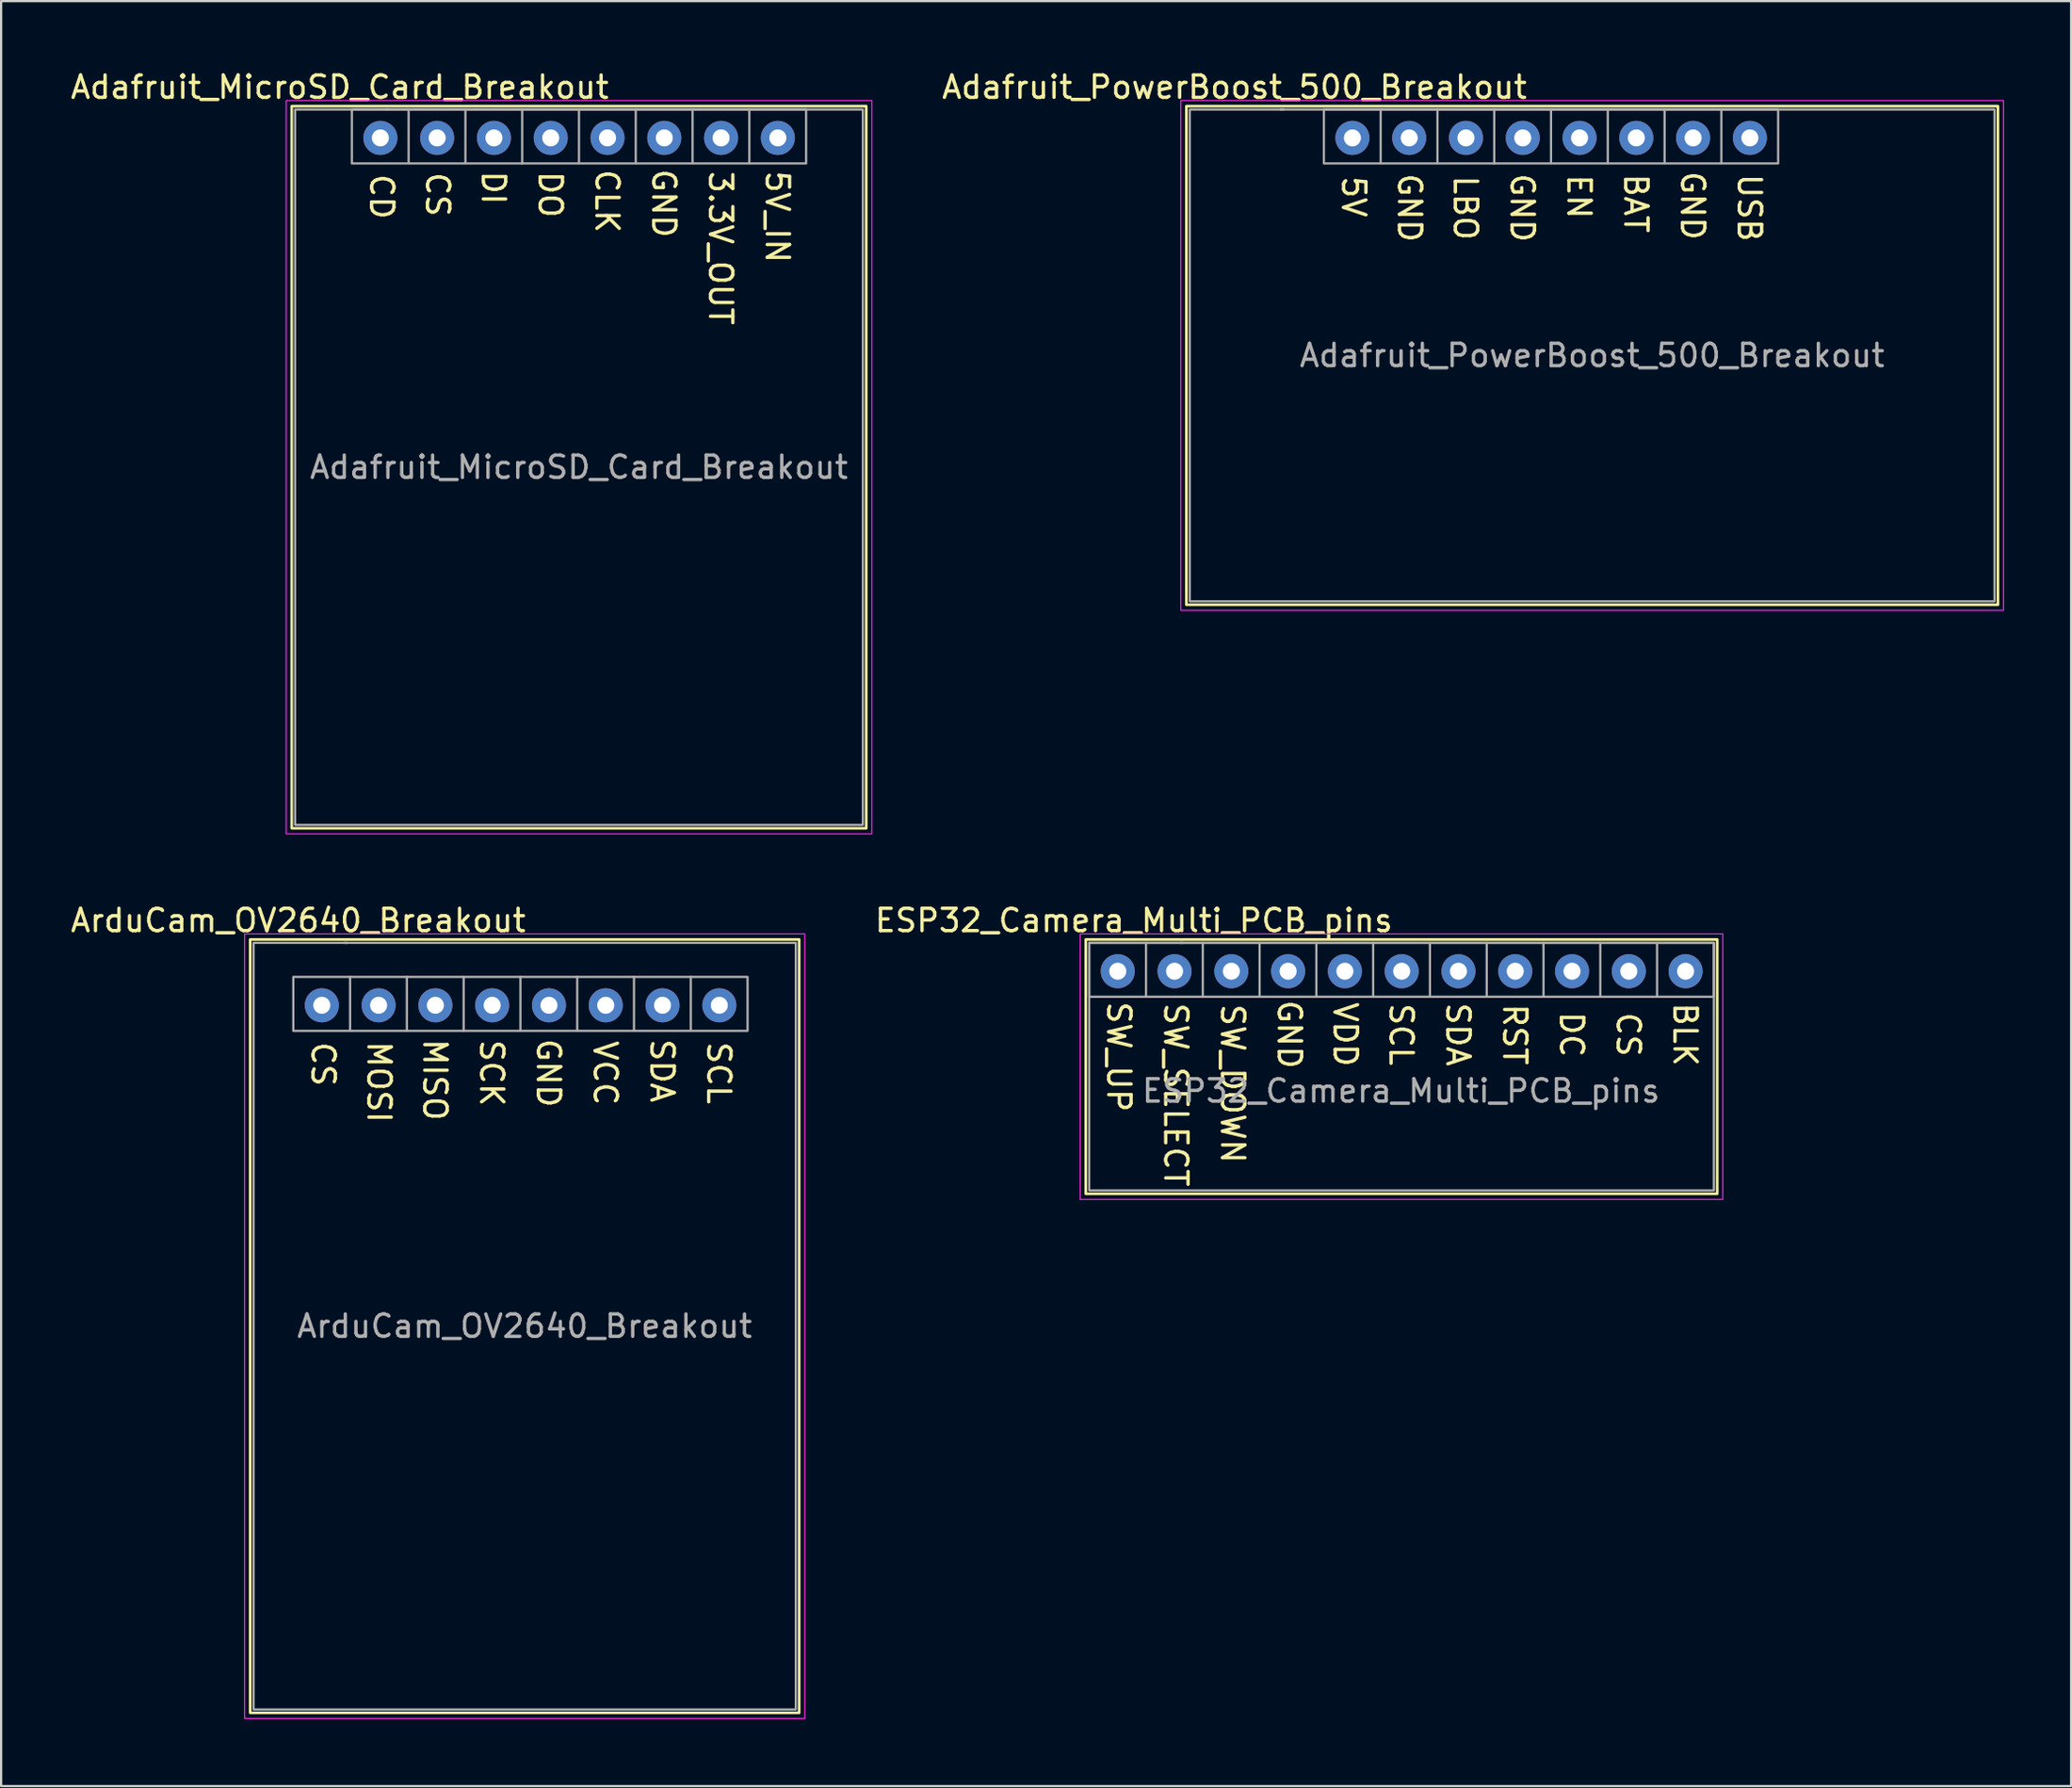
<source format=kicad_pcb>
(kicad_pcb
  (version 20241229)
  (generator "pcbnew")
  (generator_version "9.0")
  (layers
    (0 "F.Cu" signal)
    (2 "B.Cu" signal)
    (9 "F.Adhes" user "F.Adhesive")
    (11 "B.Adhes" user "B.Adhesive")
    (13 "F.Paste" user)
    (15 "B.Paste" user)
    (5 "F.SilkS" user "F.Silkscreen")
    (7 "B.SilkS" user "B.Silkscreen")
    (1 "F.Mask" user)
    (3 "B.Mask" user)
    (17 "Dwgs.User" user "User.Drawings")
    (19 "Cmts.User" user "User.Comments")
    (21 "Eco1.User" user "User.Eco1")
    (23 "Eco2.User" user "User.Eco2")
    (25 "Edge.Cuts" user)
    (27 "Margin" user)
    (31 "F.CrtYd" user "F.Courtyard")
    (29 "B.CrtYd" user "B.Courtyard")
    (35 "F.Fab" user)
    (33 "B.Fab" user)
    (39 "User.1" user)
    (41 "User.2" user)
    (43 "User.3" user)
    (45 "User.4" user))
  (footprint "Adafruit_MicroSD_Card_Breakout"
    (layer "F.Cu")
    (at 10.149 1.848)
    (property "Reference" "Adafruit_MicroSD_Card_Breakout" (at 2 -1 0) (unlocked yes) (layer "F.SilkS") (effects (font (size 1 1) (thickness 0.15))))
    (attr through_hole)
    (fp_rect (start -0.15 -0.15) (end 25.55 32.15) (stroke (width 0.12) (type solid)) (fill no) (layer "F.SilkS"))
    (fp_rect (start -0.4 -0.4) (end 25.8 32.4) (stroke (width 0.05) (type solid)) (fill no) (layer "F.CrtYd"))
    (fp_line (start 4.2 0) (end 4.064 0) (stroke (width 0.1) (type solid)) (layer "F.Fab"))
    (fp_line (start 5.08 0) (end 5.08 2.4) (stroke (width 0.1) (type solid)) (layer "F.Fab"))
    (fp_line (start 7.62 0) (end 7.62 2.4) (stroke (width 0.1) (type solid)) (layer "F.Fab"))
    (fp_line (start 10.16 0) (end 10.16 2.413) (stroke (width 0.1) (type solid)) (layer "F.Fab"))
    (fp_line (start 12.7 0) (end 12.7 2.4) (stroke (width 0.1) (type solid)) (layer "F.Fab"))
    (fp_line (start 15.24 0) (end 15.24 2.4) (stroke (width 0.1) (type solid)) (layer "F.Fab"))
    (fp_line (start 17.78 0) (end 17.78 2.4) (stroke (width 0.1) (type solid)) (layer "F.Fab"))
    (fp_line (start 20.32 0) (end 20.32 2.4) (stroke (width 0.1) (type solid)) (layer "F.Fab"))
    (fp_rect (start 0 0) (end 25.4 32) (stroke (width 0.1) (type solid)) (fill no) (layer "F.Fab"))
    (fp_rect (start 2.54 0) (end 22.86 2.413) (stroke (width 0.1) (type solid)) (fill no) (layer "F.Fab"))
    (fp_text user "3.3V_OUT" (at 19.036 6.2 270) (unlocked yes) (layer "F.SilkS") (effects (font (size 1 1) (thickness 0.15))))
    (fp_text user "CD" (at 3.876 3.9 270) (unlocked yes) (layer "F.SilkS") (effects (font (size 1 1) (thickness 0.15))))
    (fp_text user "CLK" (at 13.956 4.1 270) (unlocked yes) (layer "F.SilkS") (effects (font (size 1 1) (thickness 0.15))))
    (fp_text user "DI" (at 8.876 3.5 270) (unlocked yes) (layer "F.SilkS") (effects (font (size 1 1) (thickness 0.15))))
    (fp_text user "DO" (at 11.416 3.8 270) (unlocked yes) (layer "F.SilkS") (effects (font (size 1 1) (thickness 0.15))))
    (fp_text user "CS" (at 6.376 3.8 270) (unlocked yes) (layer "F.SilkS") (effects (font (size 1 1) (thickness 0.15))))
    (fp_text user "5V_IN" (at 21.576 4.8 270) (unlocked yes) (layer "F.SilkS") (effects (font (size 1 1) (thickness 0.15))))
    (fp_text user "GND" (at 16.496 4.2 270) (unlocked yes) (layer "F.SilkS") (effects (font (size 1 1) (thickness 0.15))))
    (fp_text user "${REFERENCE}" (at 12.7 16 0) (unlocked yes) (layer "F.Fab") (effects (font (size 1 1) (thickness 0.15))))
    (pad "1" thru_hole circle (at 3.816 1.27) (size 1.524 1.524) (drill 0.762) (layers "*.Cu" "*.Mask"))
    (pad "2" thru_hole circle (at 6.356 1.27) (size 1.524 1.524) (drill 0.762) (layers "*.Cu" "*.Mask"))
    (pad "3" thru_hole circle (at 8.896 1.27) (size 1.524 1.524) (drill 0.762) (layers "*.Cu" "*.Mask"))
    (pad "4" thru_hole circle (at 11.436 1.27) (size 1.524 1.524) (drill 0.762) (layers "*.Cu" "*.Mask"))
    (pad "5" thru_hole circle (at 13.976 1.27) (size 1.524 1.524) (drill 0.762) (layers "*.Cu" "*.Mask"))
    (pad "6" thru_hole circle (at 16.516 1.27) (size 1.524 1.524) (drill 0.762) (layers "*.Cu" "*.Mask"))
    (pad "7" thru_hole circle (at 19.056 1.27) (size 1.524 1.524) (drill 0.762) (layers "*.Cu" "*.Mask"))
    (pad "8" thru_hole circle (at 21.596 1.27) (size 1.524 1.524) (drill 0.762) (layers "*.Cu" "*.Mask")))
  (footprint "ESP32_Camera_Multi_PCB_pins"
    (layer "F.Cu")
    (at 45.67 39.121)
    (property "Reference" "ESP32_Camera_Multi_PCB_pins" (at 2 -1 0) (unlocked yes) (layer "F.SilkS") (effects (font (size 1 1) (thickness 0.15))))
    (attr through_hole)
    (fp_rect (start -0.15 -0.15) (end 28.094 11.225) (stroke (width 0.12) (type solid)) (fill no) (layer "F.SilkS"))
    (fp_rect (start -0.4 -0.4) (end 28.344 11.475) (stroke (width 0.05) (type solid)) (fill no) (layer "F.CrtYd"))
    (fp_line (start 2.544 0) (end 2.544 2.4) (stroke (width 0.1) (type solid)) (layer "F.Fab"))
    (fp_line (start 4.2 0) (end 4.064 0) (stroke (width 0.1) (type solid)) (layer "F.Fab"))
    (fp_line (start 5.084 0) (end 5.084 2.4) (stroke (width 0.1) (type solid)) (layer "F.Fab"))
    (fp_line (start 7.624 0) (end 7.624 2.413) (stroke (width 0.1) (type solid)) (layer "F.Fab"))
    (fp_line (start 10.164 0) (end 10.164 2.4) (stroke (width 0.1) (type solid)) (layer "F.Fab"))
    (fp_line (start 12.704 0) (end 12.704 2.4) (stroke (width 0.1) (type solid)) (layer "F.Fab"))
    (fp_line (start 15.244 0) (end 15.244 2.4) (stroke (width 0.1) (type solid)) (layer "F.Fab"))
    (fp_line (start 17.784 0) (end 17.784 2.4) (stroke (width 0.1) (type solid)) (layer "F.Fab"))
    (fp_line (start 20.324 0) (end 20.324 2.4) (stroke (width 0.1) (type solid)) (layer "F.Fab"))
    (fp_line (start 22.864 0) (end 22.864 2.4) (stroke (width 0.1) (type solid)) (layer "F.Fab"))
    (fp_line (start 25.404 0) (end 25.404 2.4) (stroke (width 0.1) (type solid)) (layer "F.Fab"))
    (fp_rect (start 0 0) (end 27.944 2.413) (stroke (width 0.1) (type solid)) (fill no) (layer "F.Fab"))
    (fp_rect (start 0 0) (end 27.944 11.075) (stroke (width 0.1) (type solid)) (fill no) (layer "F.Fab"))
    (fp_text user "SDA" (at 16.5 4.1 270) (unlocked yes) (layer "F.SilkS") (effects (font (size 1 1) (thickness 0.15))))
    (fp_text user "SW_DOWN" (at 6.42 6.3 270) (unlocked yes) (layer "F.SilkS") (effects (font (size 1 1) (thickness 0.15))))
    (fp_text user "SCL" (at 13.96 4.1 270) (unlocked yes) (layer "F.SilkS") (effects (font (size 1 1) (thickness 0.15))))
    (fp_text user "VDD" (at 11.46 4.1 270) (unlocked yes) (layer "F.SilkS") (effects (font (size 1 1) (thickness 0.15))))
    (fp_text user "SW_UP" (at 1.33 5.1 270) (unlocked yes) (layer "F.SilkS") (effects (font (size 1 1) (thickness 0.15))))
    (fp_text user "CS" (at 24.12 4.1 270) (unlocked yes) (layer "F.SilkS") (effects (font (size 1 1) (thickness 0.15))))
    (fp_text user "GND" (at 8.96 4.1 270) (unlocked yes) (layer "F.SilkS") (effects (font (size 1 1) (thickness 0.15))))
    (fp_text user "BLK" (at 26.66 4.1 270) (unlocked yes) (layer "F.SilkS") (effects (font (size 1 1) (thickness 0.15))))
    (fp_text user "DC" (at 21.58 4.1 270) (unlocked yes) (layer "F.SilkS") (effects (font (size 1 1) (thickness 0.15))))
    (fp_text user "RST" (at 19.04 4.1 270) (unlocked yes) (layer "F.SilkS") (effects (font (size 1 1) (thickness 0.15))))
    (fp_text user "SW_SELECT" (at 3.88 6.8 270) (unlocked yes) (layer "F.SilkS") (effects (font (size 1 1) (thickness 0.15))))
    (fp_text user "${REFERENCE}" (at 13.95 6.622 0) (unlocked yes) (layer "F.Fab") (effects (font (size 1 1) (thickness 0.15))))
    (pad "1" thru_hole circle (at 1.28 1.27) (size 1.524 1.524) (drill 0.762) (layers "*.Cu" "*.Mask"))
    (pad "2" thru_hole circle (at 3.82 1.27) (size 1.524 1.524) (drill 0.762) (layers "*.Cu" "*.Mask"))
    (pad "3" thru_hole circle (at 6.36 1.27) (size 1.524 1.524) (drill 0.762) (layers "*.Cu" "*.Mask"))
    (pad "4" thru_hole circle (at 8.9 1.27) (size 1.524 1.524) (drill 0.762) (layers "*.Cu" "*.Mask"))
    (pad "5" thru_hole circle (at 11.44 1.27) (size 1.524 1.524) (drill 0.762) (layers "*.Cu" "*.Mask"))
    (pad "6" thru_hole circle (at 13.98 1.27) (size 1.524 1.524) (drill 0.762) (layers "*.Cu" "*.Mask"))
    (pad "7" thru_hole circle (at 16.52 1.27) (size 1.524 1.524) (drill 0.762) (layers "*.Cu" "*.Mask"))
    (pad "8" thru_hole circle (at 19.06 1.27) (size 1.524 1.524) (drill 0.762) (layers "*.Cu" "*.Mask"))
    (pad "9" thru_hole circle (at 21.6 1.27) (size 1.524 1.524) (drill 0.762) (layers "*.Cu" "*.Mask"))
    (pad "10" thru_hole circle (at 24.14 1.27) (size 1.524 1.524) (drill 0.762) (layers "*.Cu" "*.Mask"))
    (pad "11" thru_hole circle (at 26.68 1.27) (size 1.524 1.524) (drill 0.762) (layers "*.Cu" "*.Mask")))
  (footprint "Adafruit_PowerBoost_500_Breakout"
    (layer "F.Cu")
    (at 50.17 1.848)
    (property "Reference" "Adafruit_PowerBoost_500_Breakout" (at 2 -1 0) (unlocked yes) (layer "F.SilkS") (effects (font (size 1 1) (thickness 0.15))))
    (attr through_hole)
    (fp_rect (start -0.15 -0.15) (end 36.15 22.15) (stroke (width 0.12) (type solid)) (fill no) (layer "F.SilkS"))
    (fp_rect (start -0.4 -0.4) (end 36.4 22.4) (stroke (width 0.05) (type solid)) (fill no) (layer "F.CrtYd"))
    (fp_line (start 4.2 0) (end 4.064 0) (stroke (width 0.1) (type solid)) (layer "F.Fab"))
    (fp_line (start 8.54 0) (end 8.54 2.4) (stroke (width 0.1) (type solid)) (layer "F.Fab"))
    (fp_line (start 11.08 0) (end 11.08 2.4) (stroke (width 0.1) (type solid)) (layer "F.Fab"))
    (fp_line (start 13.62 0) (end 13.62 2.413) (stroke (width 0.1) (type solid)) (layer "F.Fab"))
    (fp_line (start 16.16 0) (end 16.16 2.4) (stroke (width 0.1) (type solid)) (layer "F.Fab"))
    (fp_line (start 18.7 0) (end 18.7 2.4) (stroke (width 0.1) (type solid)) (layer "F.Fab"))
    (fp_line (start 21.24 0) (end 21.24 2.4) (stroke (width 0.1) (type solid)) (layer "F.Fab"))
    (fp_line (start 23.78 0) (end 23.78 2.4) (stroke (width 0.1) (type solid)) (layer "F.Fab"))
    (fp_rect (start 0 0) (end 36 22) (stroke (width 0.1) (type solid)) (fill no) (layer "F.Fab"))
    (fp_rect (start 6 0) (end 26.32 2.413) (stroke (width 0.1) (type solid)) (fill no) (layer "F.Fab"))
    (fp_text user "GND" (at 14.876 4.4 270) (unlocked yes) (layer "F.SilkS") (effects (font (size 1 1) (thickness 0.15))))
    (fp_text user "LBO" (at 12.336 4.4 270) (unlocked yes) (layer "F.SilkS") (effects (font (size 1 1) (thickness 0.15))))
    (fp_text user "5V" (at 7.336 3.9 270) (unlocked yes) (layer "F.SilkS") (effects (font (size 1 1) (thickness 0.15))))
    (fp_text user "GND" (at 22.496 4.3 270) (unlocked yes) (layer "F.SilkS") (effects (font (size 1 1) (thickness 0.15))))
    (fp_text user "USB" (at 25.036 4.4 270) (unlocked yes) (layer "F.SilkS") (effects (font (size 1 1) (thickness 0.15))))
    (fp_text user "GND" (at 9.836 4.4 270) (unlocked yes) (layer "F.SilkS") (effects (font (size 1 1) (thickness 0.15))))
    (fp_text user "EN" (at 17.416 3.9 270) (unlocked yes) (layer "F.SilkS") (effects (font (size 1 1) (thickness 0.15))))
    (fp_text user "BAT" (at 19.956 4.2 270) (unlocked yes) (layer "F.SilkS") (effects (font (size 1 1) (thickness 0.15))))
    (fp_text user "${REFERENCE}" (at 18 11 0) (unlocked yes) (layer "F.Fab") (effects (font (size 1 1) (thickness 0.15))))
    (pad "1" thru_hole circle (at 7.276 1.27) (size 1.524 1.524) (drill 0.762) (layers "*.Cu" "*.Mask"))
    (pad "2" thru_hole circle (at 9.816 1.27) (size 1.524 1.524) (drill 0.762) (layers "*.Cu" "*.Mask"))
    (pad "3" thru_hole circle (at 12.356 1.27) (size 1.524 1.524) (drill 0.762) (layers "*.Cu" "*.Mask"))
    (pad "4" thru_hole circle (at 14.896 1.27) (size 1.524 1.524) (drill 0.762) (layers "*.Cu" "*.Mask"))
    (pad "5" thru_hole circle (at 17.436 1.27) (size 1.524 1.524) (drill 0.762) (layers "*.Cu" "*.Mask"))
    (pad "6" thru_hole circle (at 19.976 1.27) (size 1.524 1.524) (drill 0.762) (layers "*.Cu" "*.Mask"))
    (pad "7" thru_hole circle (at 22.516 1.27) (size 1.524 1.524) (drill 0.762) (layers "*.Cu" "*.Mask"))
    (pad "8" thru_hole circle (at 25.056 1.27) (size 1.524 1.524) (drill 0.762) (layers "*.Cu" "*.Mask")))
  (footprint "ArduCam_OV2640_Breakout"
    (layer "F.Cu")
    (at 8.292 39.121)
    (property "Reference" "ArduCam_OV2640_Breakout" (at 2 -1 0) (unlocked yes) (layer "F.SilkS") (effects (font (size 1 1) (thickness 0.15))))
    (attr through_hole)
    (fp_rect (start -0.15 -0.15) (end 24.407 34.44) (stroke (width 0.12) (type solid)) (fill no) (layer "F.SilkS"))
    (fp_rect (start -0.4 -0.4) (end 24.657 34.69) (stroke (width 0.05) (type solid)) (fill no) (layer "F.CrtYd"))
    (fp_line (start 4.2 0) (end 4.064 0) (stroke (width 0.1) (type solid)) (layer "F.Fab"))
    (fp_line (start 4.318 1.524) (end 4.318 3.924) (stroke (width 0.1) (type solid)) (layer "F.Fab"))
    (fp_line (start 6.858 1.524) (end 6.858 3.924) (stroke (width 0.1) (type solid)) (layer "F.Fab"))
    (fp_line (start 9.398 1.524) (end 9.398 3.937) (stroke (width 0.1) (type solid)) (layer "F.Fab"))
    (fp_line (start 11.938 1.524) (end 11.938 3.924) (stroke (width 0.1) (type solid)) (layer "F.Fab"))
    (fp_line (start 14.478 1.524) (end 14.478 3.924) (stroke (width 0.1) (type solid)) (layer "F.Fab"))
    (fp_line (start 17.018 1.524) (end 17.018 3.924) (stroke (width 0.1) (type solid)) (layer "F.Fab"))
    (fp_line (start 19.558 1.524) (end 19.558 3.924) (stroke (width 0.1) (type solid)) (layer "F.Fab"))
    (fp_rect (start 0 0) (end 24.257 34.29) (stroke (width 0.1) (type solid)) (fill no) (layer "F.Fab"))
    (fp_rect (start 1.778 1.524) (end 22.098 3.937) (stroke (width 0.1) (type solid)) (fill no) (layer "F.Fab"))
    (fp_text user "CS" (at 3.114 5.424 270) (unlocked yes) (layer "F.SilkS") (effects (font (size 1 1) (thickness 0.15))))
    (fp_text user "MISO" (at 8.114 6.124 270) (unlocked yes) (layer "F.SilkS") (effects (font (size 1 1) (thickness 0.15))))
    (fp_text user "GND" (at 13.194 5.824 270) (unlocked yes) (layer "F.SilkS") (effects (font (size 1 1) (thickness 0.15))))
    (fp_text user "SCL" (at 20.814 5.824 270) (unlocked yes) (layer "F.SilkS") (effects (font (size 1 1) (thickness 0.15))))
    (fp_text user "VCC" (at 15.734 5.824 270) (unlocked yes) (layer "F.SilkS") (effects (font (size 1 1) (thickness 0.15))))
    (fp_text user "MOSI" (at 5.614 6.224 270) (unlocked yes) (layer "F.SilkS") (effects (font (size 1 1) (thickness 0.15))))
    (fp_text user "SCK" (at 10.654 5.824 270) (unlocked yes) (layer "F.SilkS") (effects (font (size 1 1) (thickness 0.15))))
    (fp_text user "SDA" (at 18.274 5.724 270) (unlocked yes) (layer "F.SilkS") (effects (font (size 1 1) (thickness 0.15))))
    (fp_text user "${REFERENCE}" (at 12.127 17.145 0) (unlocked yes) (layer "F.Fab") (effects (font (size 1 1) (thickness 0.15))))
    (pad "1" thru_hole circle (at 3.054 2.794) (size 1.524 1.524) (drill 0.762) (layers "*.Cu" "*.Mask"))
    (pad "2" thru_hole circle (at 5.594 2.794) (size 1.524 1.524) (drill 0.762) (layers "*.Cu" "*.Mask"))
    (pad "3" thru_hole circle (at 8.134 2.794) (size 1.524 1.524) (drill 0.762) (layers "*.Cu" "*.Mask"))
    (pad "4" thru_hole circle (at 10.674 2.794) (size 1.524 1.524) (drill 0.762) (layers "*.Cu" "*.Mask"))
    (pad "5" thru_hole circle (at 13.214 2.794) (size 1.524 1.524) (drill 0.762) (layers "*.Cu" "*.Mask"))
    (pad "6" thru_hole circle (at 15.754 2.794) (size 1.524 1.524) (drill 0.762) (layers "*.Cu" "*.Mask"))
    (pad "7" thru_hole circle (at 18.294 2.794) (size 1.524 1.524) (drill 0.762) (layers "*.Cu" "*.Mask"))
    (pad "8" thru_hole circle (at 20.834 2.794) (size 1.524 1.524) (drill 0.762) (layers "*.Cu" "*.Mask")))
  (gr_rect
    (start -3 -3)
    (end 89.595 76.837)
    (stroke (width 0.1) (type default))
    (fill no)
    (layer "Edge.Cuts")))
</source>
